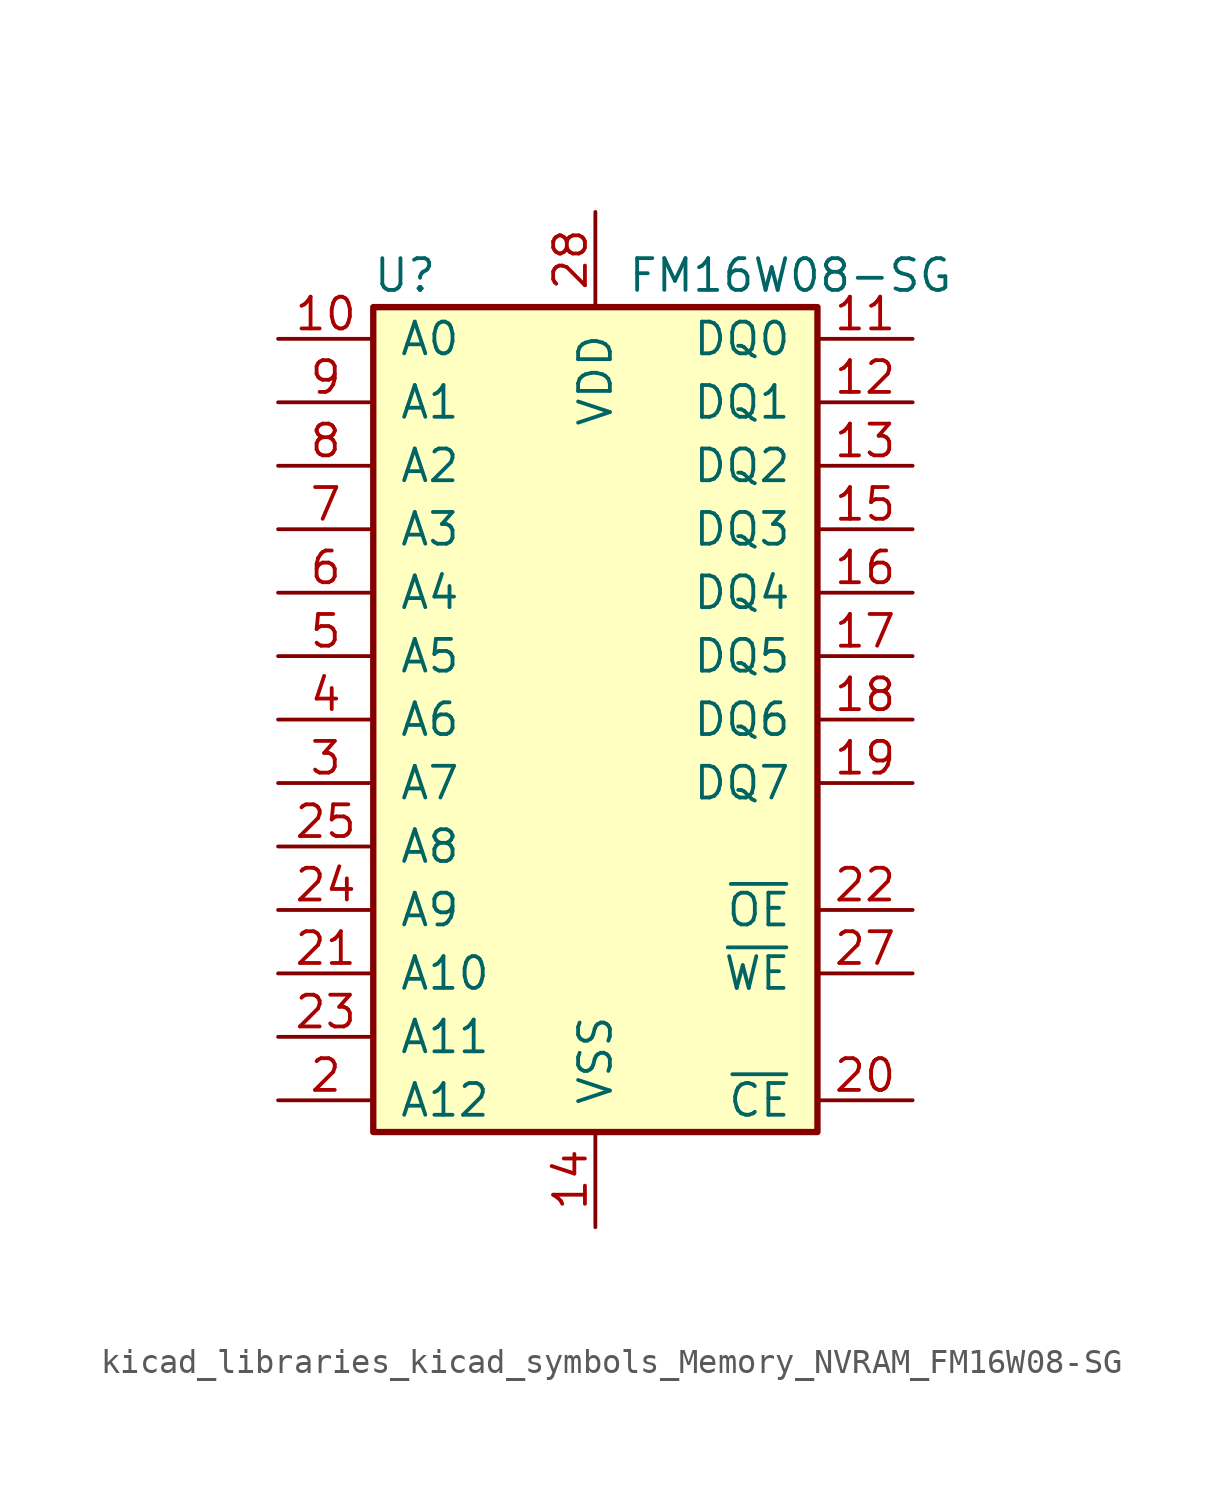
<source format=kicad_sym>
(kicad_symbol_lib
  (version 20220914)
  (generator kicad_symbol_editor)
  (symbol "kicad_libraries_kicad_symbols_Memory_NVRAM_FM16W08-SG"
    (pin_names
      (offset 1.016))
    (property "Reference" "U"
      (at -7.62 17.78 0)
      (effects (font (size 1.27 1.27))))
    (property "Value" "FM16W08-SG"
      (at 1.27 17.78 0)
      (effects (font (size 1.27 1.27)) (justify left)))
    (symbol "kicad_libraries_kicad_symbols_Memory_NVRAM_FM16W08-SG_0_1"
      (rectangle (start -8.89 16.51) (end 8.89 -16.51) (stroke (width 0.254) (type default)) (fill (type background))))
    (symbol "kicad_libraries_kicad_symbols_Memory_NVRAM_FM16W08-SG_1_1"
      (pin input line (at -12.7 15.24 0) (length 3.81) (name "A0" (effects (font (size 1.27 1.27)))) (number "10" (effects (font (size 1.27 1.27)))))
      (pin bidirectional line (at 12.7 15.24 180) (length 3.81) (name "DQ0" (effects (font (size 1.27 1.27)))) (number "11" (effects (font (size 1.27 1.27)))))
      (pin bidirectional line (at 12.7 12.7 180) (length 3.81) (name "DQ1" (effects (font (size 1.27 1.27)))) (number "12" (effects (font (size 1.27 1.27)))))
      (pin bidirectional line (at 12.7 10.16 180) (length 3.81) (name "DQ2" (effects (font (size 1.27 1.27)))) (number "13" (effects (font (size 1.27 1.27)))))
      (pin power_in line (at 0 -20.32 90) (length 3.81) (name "VSS" (effects (font (size 1.27 1.27)))) (number "14" (effects (font (size 1.27 1.27)))))
      (pin bidirectional line (at 12.7 7.62 180) (length 3.81) (name "DQ3" (effects (font (size 1.27 1.27)))) (number "15" (effects (font (size 1.27 1.27)))))
      (pin bidirectional line (at 12.7 5.08 180) (length 3.81) (name "DQ4" (effects (font (size 1.27 1.27)))) (number "16" (effects (font (size 1.27 1.27)))))
      (pin bidirectional line (at 12.7 2.54 180) (length 3.81) (name "DQ5" (effects (font (size 1.27 1.27)))) (number "17" (effects (font (size 1.27 1.27)))))
      (pin bidirectional line (at 12.7 0 180) (length 3.81) (name "DQ6" (effects (font (size 1.27 1.27)))) (number "18" (effects (font (size 1.27 1.27)))))
      (pin bidirectional line (at 12.7 -2.54 180) (length 3.81) (name "DQ7" (effects (font (size 1.27 1.27)))) (number "19" (effects (font (size 1.27 1.27)))))
      (pin input line (at -12.7 -15.24 0) (length 3.81) (name "A12" (effects (font (size 1.27 1.27)))) (number "2" (effects (font (size 1.27 1.27)))))
      (pin input line (at 12.7 -15.24 180) (length 3.81) (name "~{CE}" (effects (font (size 1.27 1.27)))) (number "20" (effects (font (size 1.27 1.27)))))
      (pin input line (at -12.7 -10.16 0) (length 3.81) (name "A10" (effects (font (size 1.27 1.27)))) (number "21" (effects (font (size 1.27 1.27)))))
      (pin input line (at 12.7 -7.62 180) (length 3.81) (name "~{OE}" (effects (font (size 1.27 1.27)))) (number "22" (effects (font (size 1.27 1.27)))))
      (pin input line (at -12.7 -12.7 0) (length 3.81) (name "A11" (effects (font (size 1.27 1.27)))) (number "23" (effects (font (size 1.27 1.27)))))
      (pin input line (at -12.7 -7.62 0) (length 3.81) (name "A9" (effects (font (size 1.27 1.27)))) (number "24" (effects (font (size 1.27 1.27)))))
      (pin input line (at -12.7 -5.08 0) (length 3.81) (name "A8" (effects (font (size 1.27 1.27)))) (number "25" (effects (font (size 1.27 1.27)))))
      (pin input line (at 12.7 -10.16 180) (length 3.81) (name "~{WE}" (effects (font (size 1.27 1.27)))) (number "27" (effects (font (size 1.27 1.27)))))
      (pin power_in line (at 0 20.32 270) (length 3.81) (name "VDD" (effects (font (size 1.27 1.27)))) (number "28" (effects (font (size 1.27 1.27)))))
      (pin input line (at -12.7 -2.54 0) (length 3.81) (name "A7" (effects (font (size 1.27 1.27)))) (number "3" (effects (font (size 1.27 1.27)))))
      (pin input line (at -12.7 0 0) (length 3.81) (name "A6" (effects (font (size 1.27 1.27)))) (number "4" (effects (font (size 1.27 1.27)))))
      (pin input line (at -12.7 2.54 0) (length 3.81) (name "A5" (effects (font (size 1.27 1.27)))) (number "5" (effects (font (size 1.27 1.27)))))
      (pin input line (at -12.7 5.08 0) (length 3.81) (name "A4" (effects (font (size 1.27 1.27)))) (number "6" (effects (font (size 1.27 1.27)))))
      (pin input line (at -12.7 7.62 0) (length 3.81) (name "A3" (effects (font (size 1.27 1.27)))) (number "7" (effects (font (size 1.27 1.27)))))
      (pin input line (at -12.7 10.16 0) (length 3.81) (name "A2" (effects (font (size 1.27 1.27)))) (number "8" (effects (font (size 1.27 1.27)))))
      (pin input line (at -12.7 12.7 0) (length 3.81) (name "A1" (effects (font (size 1.27 1.27)))) (number "9" (effects (font (size 1.27 1.27))))))))
</source>
